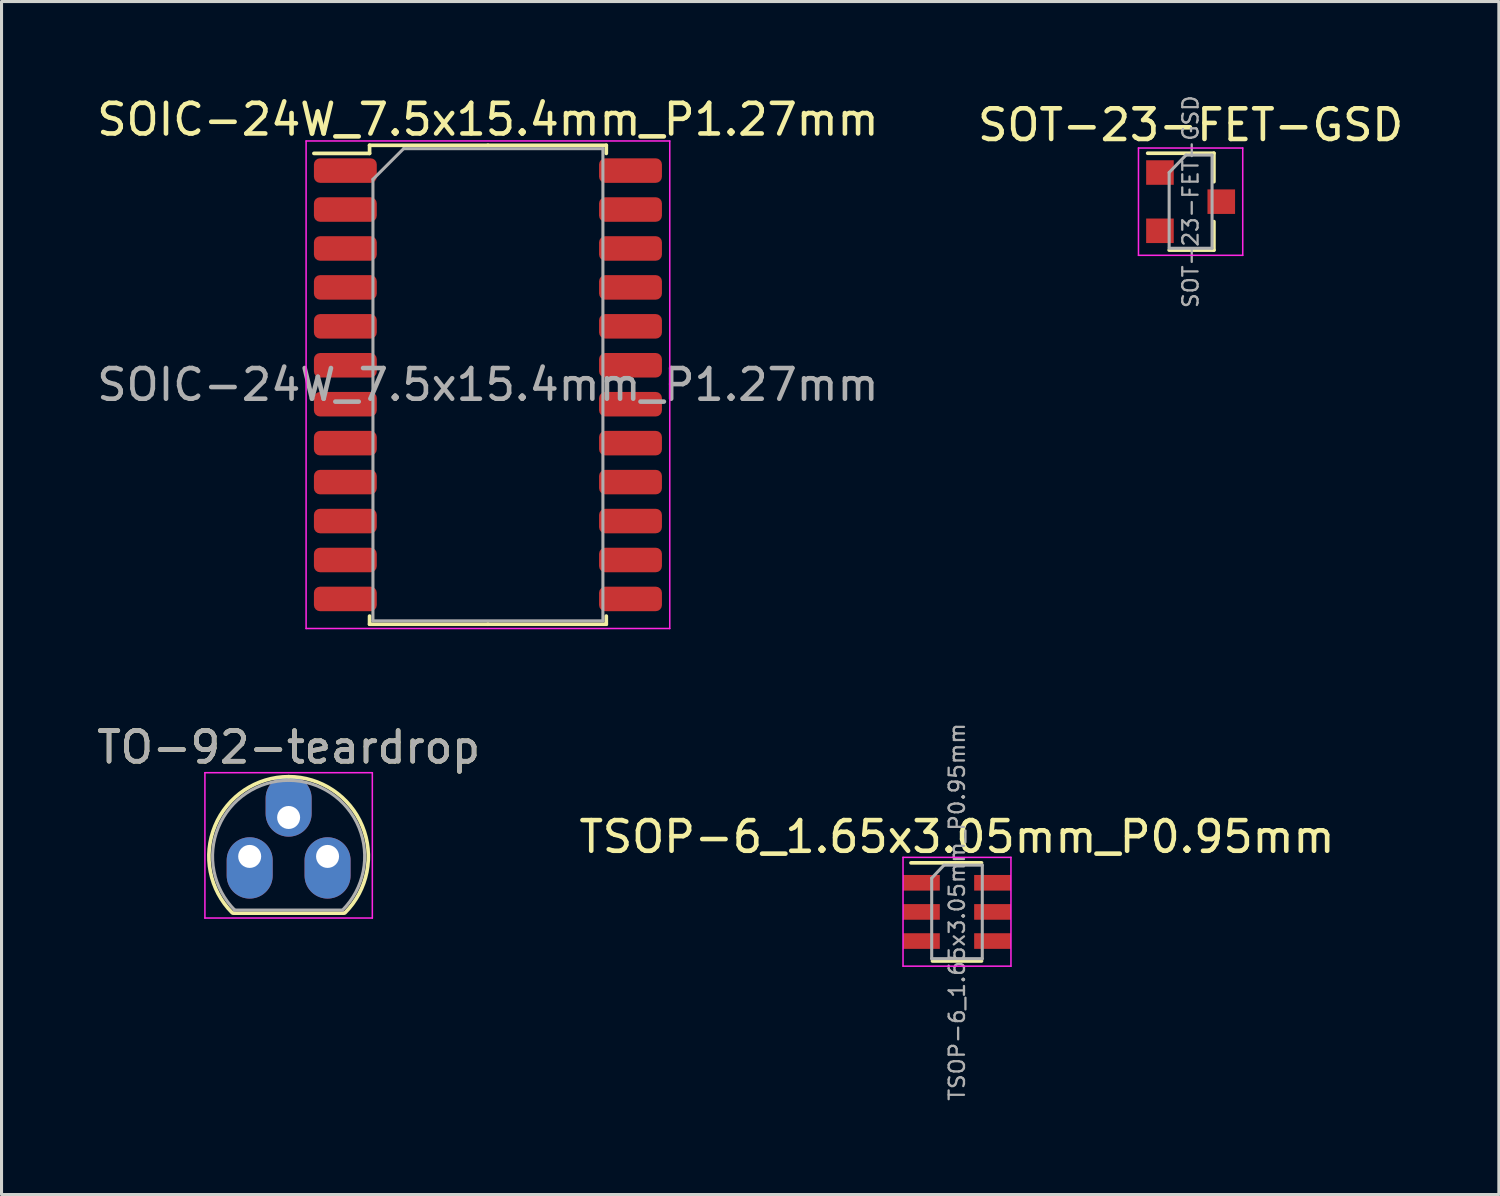
<source format=kicad_pcb>
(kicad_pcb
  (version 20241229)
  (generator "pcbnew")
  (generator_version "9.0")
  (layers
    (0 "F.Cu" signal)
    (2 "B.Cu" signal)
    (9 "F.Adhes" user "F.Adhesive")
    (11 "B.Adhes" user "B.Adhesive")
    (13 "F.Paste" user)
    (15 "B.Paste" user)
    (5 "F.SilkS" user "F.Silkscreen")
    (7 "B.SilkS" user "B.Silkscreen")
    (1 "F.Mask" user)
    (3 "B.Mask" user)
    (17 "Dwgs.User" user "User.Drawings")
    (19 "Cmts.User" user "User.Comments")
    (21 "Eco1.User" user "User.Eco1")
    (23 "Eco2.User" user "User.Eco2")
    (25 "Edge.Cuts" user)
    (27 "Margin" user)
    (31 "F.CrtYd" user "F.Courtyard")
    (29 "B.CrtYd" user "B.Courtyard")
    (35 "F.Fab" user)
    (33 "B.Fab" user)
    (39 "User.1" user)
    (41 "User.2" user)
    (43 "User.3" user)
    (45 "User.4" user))
  (footprint "TO-92-teardrop"
    (layer "F.Cu")
    (at 5.093 24.881)
    (property "Reference" "TO-92-teardrop" (at 1.27 -3.56 0) (layer "F.SilkS") (effects (font (size 1 1) (thickness 0.15))))
    (attr through_hole)
    (fp_line (start -0.53 1.85) (end 3.07 1.85) (stroke (width 0.12) (type solid)) (layer "F.SilkS"))
    (fp_arc (start -0.568478 1.838478) (mid -1.132087 -0.994977) (end 1.27 -2.6) (stroke (width 0.12) (type solid)) (layer "F.SilkS"))
    (fp_arc (start 1.27 -2.6) (mid 3.672087 -0.994977) (end 3.108478 1.838478) (stroke (width 0.12) (type solid)) (layer "F.SilkS"))
    (fp_line (start -1.46 -2.73) (end -1.46 2.01) (stroke (width 0.05) (type solid)) (layer "F.CrtYd"))
    (fp_line (start -1.46 -2.73) (end 4 -2.73) (stroke (width 0.05) (type solid)) (layer "F.CrtYd"))
    (fp_line (start 4 2.01) (end -1.46 2.01) (stroke (width 0.05) (type solid)) (layer "F.CrtYd"))
    (fp_line (start 4 2.01) (end 4 -2.73) (stroke (width 0.05) (type solid)) (layer "F.CrtYd"))
    (fp_line (start -0.5 1.75) (end 3 1.75) (stroke (width 0.1) (type solid)) (layer "F.Fab"))
    (fp_arc (start -0.483625 1.753625) (mid -1.021221 -0.949055) (end 1.27 -2.48) (stroke (width 0.1) (type solid)) (layer "F.Fab"))
    (fp_arc (start 1.27 -2.48) (mid 3.561221 -0.949055) (end 3.023625 1.753625) (stroke (width 0.1) (type solid)) (layer "F.Fab"))
    (fp_text user "${REFERENCE}" (at 1.27 -3.56 0) (layer "F.Fab") (effects (font (size 1 1) (thickness 0.15))))
    (pad "1" thru_hole oval (at 0 0) (size 1.5 2) (drill 0.75 (offset 0 0.375)) (layers "*.Cu" "*.Mask"))
    (pad "2" thru_hole oval (at 1.27 -1.27) (size 1.5 2) (drill 0.75 (offset 0 -0.375)) (layers "*.Cu" "*.Mask"))
    (pad "3" thru_hole oval (at 2.54 0) (size 1.5 2) (drill 0.75 (offset 0 0.375)) (layers "*.Cu" "*.Mask")))
  (footprint "SOT-23-FET-GSD"
    (layer "F.Cu")
    (at 35.78 3.527)
    (property "Reference" "SOT-23-FET-GSD" (at 0 -2.5 0) (layer "F.SilkS") (effects (font (size 1 1) (thickness 0.15))))
    (attr smd)
    (fp_line (start 0.76 -1.58) (end -1.4 -1.58) (stroke (width 0.12) (type solid)) (layer "F.SilkS"))
    (fp_line (start 0.76 -1.58) (end 0.76 -0.65) (stroke (width 0.12) (type solid)) (layer "F.SilkS"))
    (fp_line (start 0.76 1.58) (end -0.7 1.58) (stroke (width 0.12) (type solid)) (layer "F.SilkS"))
    (fp_line (start 0.76 1.58) (end 0.76 0.65) (stroke (width 0.12) (type solid)) (layer "F.SilkS"))
    (fp_line (start -1.7 -1.75) (end 1.7 -1.75) (stroke (width 0.05) (type solid)) (layer "F.CrtYd"))
    (fp_line (start -1.7 1.75) (end -1.7 -1.75) (stroke (width 0.05) (type solid)) (layer "F.CrtYd"))
    (fp_line (start 1.7 -1.75) (end 1.7 1.75) (stroke (width 0.05) (type solid)) (layer "F.CrtYd"))
    (fp_line (start 1.7 1.75) (end -1.7 1.75) (stroke (width 0.05) (type solid)) (layer "F.CrtYd"))
    (fp_line (start -0.7 -0.95) (end -0.7 1.5) (stroke (width 0.1) (type solid)) (layer "F.Fab"))
    (fp_line (start -0.7 -0.95) (end -0.15 -1.52) (stroke (width 0.1) (type solid)) (layer "F.Fab"))
    (fp_line (start -0.7 1.52) (end 0.7 1.52) (stroke (width 0.1) (type solid)) (layer "F.Fab"))
    (fp_line (start -0.15 -1.52) (end 0.7 -1.52) (stroke (width 0.1) (type solid)) (layer "F.Fab"))
    (fp_line (start 0.7 -1.52) (end 0.7 1.52) (stroke (width 0.1) (type solid)) (layer "F.Fab"))
    (fp_text user "${REFERENCE}" (at 0 0 90) (layer "F.Fab") (effects (font (size 0.5 0.5) (thickness 0.075))))
    (pad "D" smd rect (at 1 0) (size 0.9 0.8) (layers "F.Cu" "F.Mask" "F.Paste"))
    (pad "G" smd rect (at -1 -0.95) (size 0.9 0.8) (layers "F.Cu" "F.Mask" "F.Paste"))
    (pad "S" smd rect (at -1 0.95) (size 0.9 0.8) (layers "F.Cu" "F.Mask" "F.Paste")))
  (footprint "TSOP-6_1.65x3.05mm_P0.95mm"
    (layer "F.Cu")
    (at 28.161 26.691)
    (property "Reference" "TSOP-6_1.65x3.05mm_P0.95mm" (at 0 -2.45 0) (layer "F.SilkS") (effects (font (size 1 1) (thickness 0.15))))
    (attr smd)
    (fp_line (start -0.8 1.6) (end 0.8 1.6) (stroke (width 0.12) (type solid)) (layer "F.SilkS"))
    (fp_line (start 0.8 -1.6) (end -1.5 -1.6) (stroke (width 0.12) (type solid)) (layer "F.SilkS"))
    (fp_line (start -1.76 -1.78) (end -1.76 1.77) (stroke (width 0.05) (type solid)) (layer "F.CrtYd"))
    (fp_line (start -1.76 -1.78) (end 1.76 -1.78) (stroke (width 0.05) (type solid)) (layer "F.CrtYd"))
    (fp_line (start 1.76 1.77) (end -1.76 1.77) (stroke (width 0.05) (type solid)) (layer "F.CrtYd"))
    (fp_line (start 1.76 1.77) (end 1.76 -1.78) (stroke (width 0.05) (type solid)) (layer "F.CrtYd"))
    (fp_line (start -0.825 -1.1) (end -0.825 1.525) (stroke (width 0.1) (type solid)) (layer "F.Fab"))
    (fp_line (start -0.825 -1.1) (end -0.425 -1.525) (stroke (width 0.1) (type solid)) (layer "F.Fab"))
    (fp_line (start 0.825 -1.525) (end -0.425 -1.525) (stroke (width 0.1) (type solid)) (layer "F.Fab"))
    (fp_line (start 0.825 -1.525) (end 0.825 1.525) (stroke (width 0.1) (type solid)) (layer "F.Fab"))
    (fp_line (start 0.825 1.525) (end -0.825 1.525) (stroke (width 0.1) (type solid)) (layer "F.Fab"))
    (fp_text user "${REFERENCE}" (at 0 0 90) (layer "F.Fab") (effects (font (size 0.5 0.5) (thickness 0.075))))
    (pad "1" smd rect (at -1.16 -0.95) (size 1.2 0.51) (layers "F.Cu" "F.Mask" "F.Paste"))
    (pad "2" smd rect (at -1.16 0) (size 1.2 0.51) (layers "F.Cu" "F.Mask" "F.Paste"))
    (pad "3" smd rect (at -1.16 0.95) (size 1.2 0.51) (layers "F.Cu" "F.Mask" "F.Paste"))
    (pad "4" smd rect (at 1.16 0.95) (size 1.2 0.51) (layers "F.Cu" "F.Mask" "F.Paste"))
    (pad "5" smd rect (at 1.16 0) (size 1.2 0.51) (layers "F.Cu" "F.Mask" "F.Paste"))
    (pad "6" smd rect (at 1.16 -0.95) (size 1.2 0.51) (layers "F.Cu" "F.Mask" "F.Paste")))
  (footprint "SOIC-24W_7.5x15.4mm_P1.27mm"
    (layer "F.Cu")
    (at 12.863 9.498)
    (property "Reference" "SOIC-24W_7.5x15.4mm_P1.27mm" (at 0 -8.65 0) (layer "F.SilkS") (effects (font (size 1 1) (thickness 0.15))))
    (attr smd)
    (fp_line (start -3.86 -7.81) (end -3.86 -7.545) (stroke (width 0.12) (type solid)) (layer "F.SilkS"))
    (fp_line (start -3.86 -7.545) (end -5.675 -7.545) (stroke (width 0.12) (type solid)) (layer "F.SilkS"))
    (fp_line (start -3.86 7.81) (end -3.86 7.545) (stroke (width 0.12) (type solid)) (layer "F.SilkS"))
    (fp_line (start 0 -7.81) (end -3.86 -7.81) (stroke (width 0.12) (type solid)) (layer "F.SilkS"))
    (fp_line (start 0 -7.81) (end 3.86 -7.81) (stroke (width 0.12) (type solid)) (layer "F.SilkS"))
    (fp_line (start 0 7.81) (end -3.86 7.81) (stroke (width 0.12) (type solid)) (layer "F.SilkS"))
    (fp_line (start 0 7.81) (end 3.86 7.81) (stroke (width 0.12) (type solid)) (layer "F.SilkS"))
    (fp_line (start 3.86 -7.81) (end 3.86 -7.545) (stroke (width 0.12) (type solid)) (layer "F.SilkS"))
    (fp_line (start 3.86 7.81) (end 3.86 7.545) (stroke (width 0.12) (type solid)) (layer "F.SilkS"))
    (fp_line (start -5.93 -7.95) (end -5.93 7.95) (stroke (width 0.05) (type solid)) (layer "F.CrtYd"))
    (fp_line (start -5.93 7.95) (end 5.93 7.95) (stroke (width 0.05) (type solid)) (layer "F.CrtYd"))
    (fp_line (start 5.93 -7.95) (end -5.93 -7.95) (stroke (width 0.05) (type solid)) (layer "F.CrtYd"))
    (fp_line (start 5.93 7.95) (end 5.93 -7.95) (stroke (width 0.05) (type solid)) (layer "F.CrtYd"))
    (fp_line (start -3.75 -6.7) (end -2.75 -7.7) (stroke (width 0.1) (type solid)) (layer "F.Fab"))
    (fp_line (start -3.75 7.7) (end -3.75 -6.7) (stroke (width 0.1) (type solid)) (layer "F.Fab"))
    (fp_line (start -2.75 -7.7) (end 3.75 -7.7) (stroke (width 0.1) (type solid)) (layer "F.Fab"))
    (fp_line (start 3.75 -7.7) (end 3.75 7.7) (stroke (width 0.1) (type solid)) (layer "F.Fab"))
    (fp_line (start 3.75 7.7) (end -3.75 7.7) (stroke (width 0.1) (type solid)) (layer "F.Fab"))
    (fp_text user "${REFERENCE}" (at 0 0 0) (layer "F.Fab") (effects (font (size 1 1) (thickness 0.15))))
    (pad "1" smd roundrect (at -4.65 -6.985) (size 2.05 0.8) (layers "F.Cu" "F.Mask" "F.Paste") (roundrect_rratio 0.25))
    (pad "2" smd roundrect (at -4.65 -5.715) (size 2.05 0.8) (layers "F.Cu" "F.Mask" "F.Paste") (roundrect_rratio 0.25))
    (pad "3" smd roundrect (at -4.65 -4.445) (size 2.05 0.8) (layers "F.Cu" "F.Mask" "F.Paste") (roundrect_rratio 0.25))
    (pad "4" smd roundrect (at -4.65 -3.175) (size 2.05 0.8) (layers "F.Cu" "F.Mask" "F.Paste") (roundrect_rratio 0.25))
    (pad "5" smd roundrect (at -4.65 -1.905) (size 2.05 0.8) (layers "F.Cu" "F.Mask" "F.Paste") (roundrect_rratio 0.25))
    (pad "6" smd roundrect (at -4.65 -0.635) (size 2.05 0.8) (layers "F.Cu" "F.Mask" "F.Paste") (roundrect_rratio 0.25))
    (pad "7" smd roundrect (at -4.65 0.635) (size 2.05 0.8) (layers "F.Cu" "F.Mask" "F.Paste") (roundrect_rratio 0.25))
    (pad "8" smd roundrect (at -4.65 1.905) (size 2.05 0.8) (layers "F.Cu" "F.Mask" "F.Paste") (roundrect_rratio 0.25))
    (pad "9" smd roundrect (at -4.65 3.175) (size 2.05 0.8) (layers "F.Cu" "F.Mask" "F.Paste") (roundrect_rratio 0.25))
    (pad "10" smd roundrect (at -4.65 4.445) (size 2.05 0.8) (layers "F.Cu" "F.Mask" "F.Paste") (roundrect_rratio 0.25))
    (pad "11" smd roundrect (at -4.65 5.715) (size 2.05 0.8) (layers "F.Cu" "F.Mask" "F.Paste") (roundrect_rratio 0.25))
    (pad "12" smd roundrect (at -4.65 6.985) (size 2.05 0.8) (layers "F.Cu" "F.Mask" "F.Paste") (roundrect_rratio 0.25))
    (pad "13" smd roundrect (at 4.65 6.985) (size 2.05 0.8) (layers "F.Cu" "F.Mask" "F.Paste") (roundrect_rratio 0.25))
    (pad "14" smd roundrect (at 4.65 5.715) (size 2.05 0.8) (layers "F.Cu" "F.Mask" "F.Paste") (roundrect_rratio 0.25))
    (pad "15" smd roundrect (at 4.65 4.445) (size 2.05 0.8) (layers "F.Cu" "F.Mask" "F.Paste") (roundrect_rratio 0.25))
    (pad "16" smd roundrect (at 4.65 3.175) (size 2.05 0.8) (layers "F.Cu" "F.Mask" "F.Paste") (roundrect_rratio 0.25))
    (pad "17" smd roundrect (at 4.65 1.905) (size 2.05 0.8) (layers "F.Cu" "F.Mask" "F.Paste") (roundrect_rratio 0.25))
    (pad "18" smd roundrect (at 4.65 0.635) (size 2.05 0.8) (layers "F.Cu" "F.Mask" "F.Paste") (roundrect_rratio 0.25))
    (pad "19" smd roundrect (at 4.65 -0.635) (size 2.05 0.8) (layers "F.Cu" "F.Mask" "F.Paste") (roundrect_rratio 0.25))
    (pad "20" smd roundrect (at 4.65 -1.905) (size 2.05 0.8) (layers "F.Cu" "F.Mask" "F.Paste") (roundrect_rratio 0.25))
    (pad "21" smd roundrect (at 4.65 -3.175) (size 2.05 0.8) (layers "F.Cu" "F.Mask" "F.Paste") (roundrect_rratio 0.25))
    (pad "22" smd roundrect (at 4.65 -4.445) (size 2.05 0.8) (layers "F.Cu" "F.Mask" "F.Paste") (roundrect_rratio 0.25))
    (pad "23" smd roundrect (at 4.65 -5.715) (size 2.05 0.8) (layers "F.Cu" "F.Mask" "F.Paste") (roundrect_rratio 0.25))
    (pad "24" smd roundrect (at 4.65 -6.985) (size 2.05 0.8) (layers "F.Cu" "F.Mask" "F.Paste") (roundrect_rratio 0.25)))
  (gr_rect
    (start -3 -3)
    (end 45.833 35.908)
    (stroke (width 0.1) (type default))
    (fill no)
    (layer "Edge.Cuts")))
</source>
